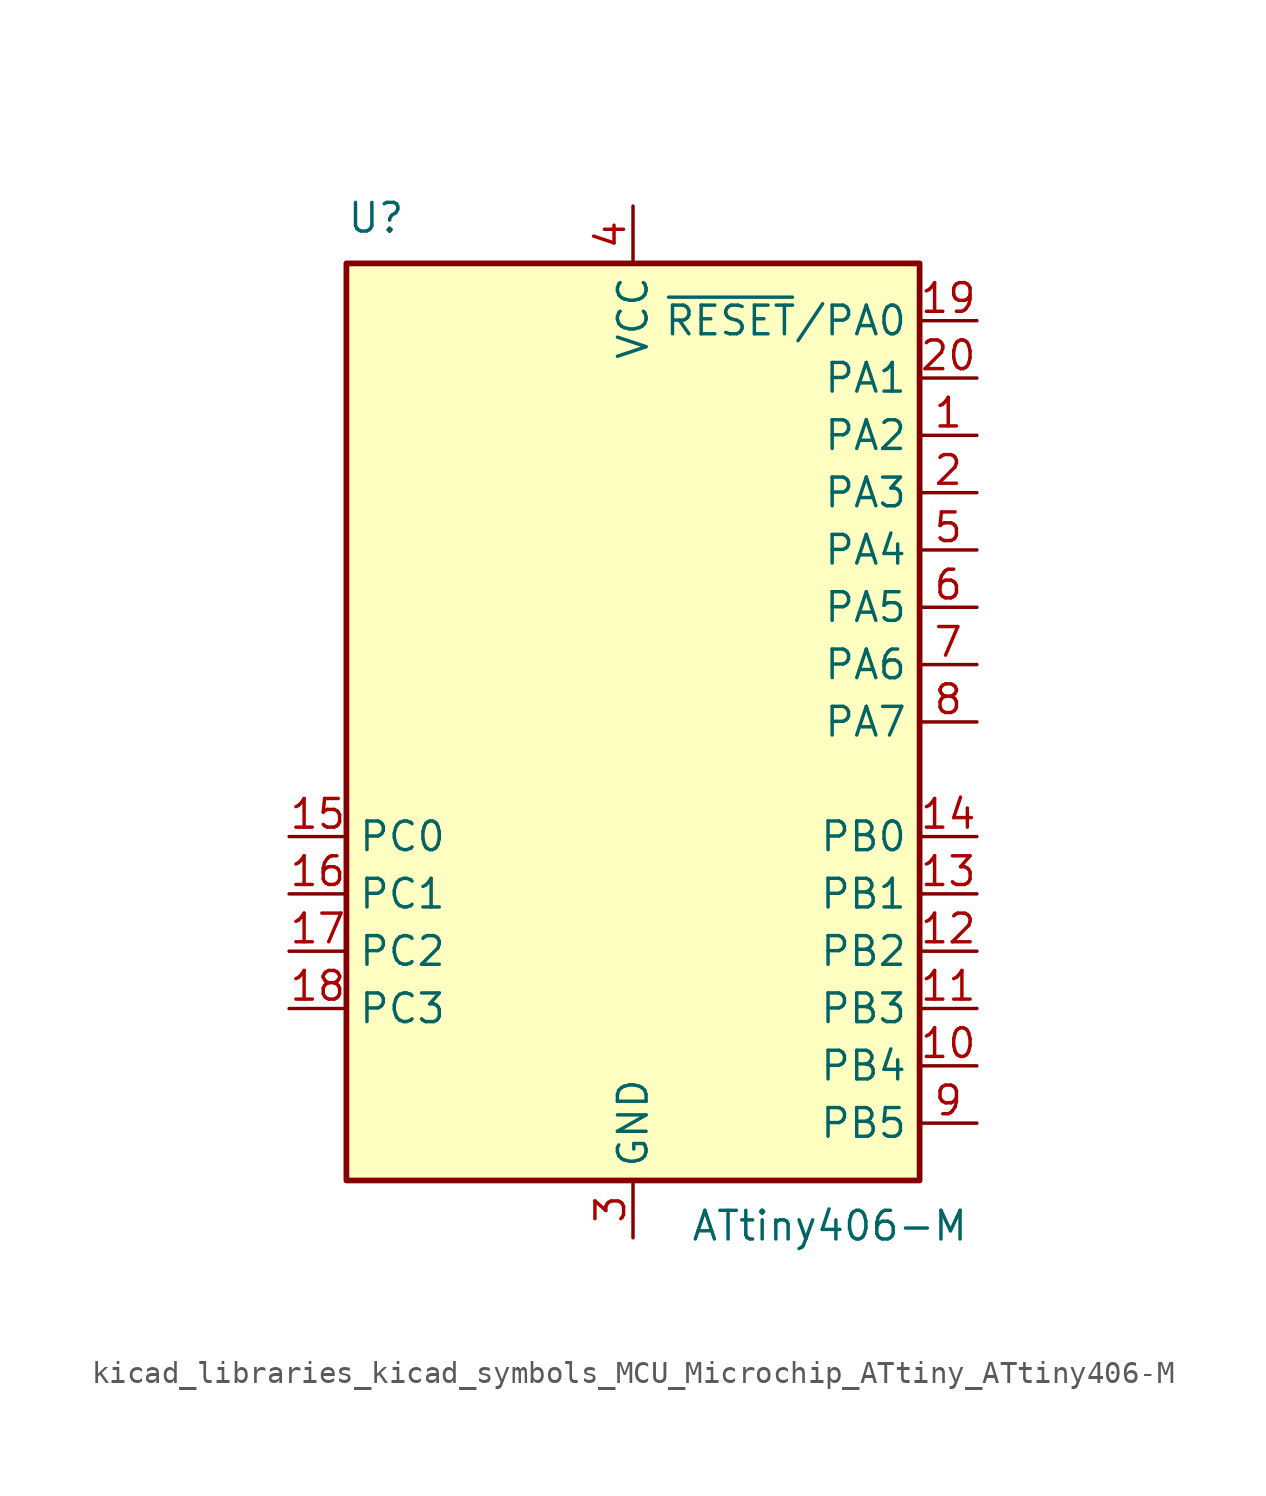
<source format=kicad_sym>
(kicad_symbol_lib
  (version 20220914)
  (generator kicad_symbol_editor)
  (symbol "kicad_libraries_kicad_symbols_MCU_Microchip_ATtiny_ATtiny406-M"
    (property "Reference" "U"
      (at -12.7 21.59 0)
      (effects (font (size 1.27 1.27)) (justify left bottom)))
    (property "Value" "ATtiny406-M"
      (at 2.54 -21.59 0)
      (effects (font (size 1.27 1.27)) (justify left top)))
    (symbol "kicad_libraries_kicad_symbols_MCU_Microchip_ATtiny_ATtiny406-M_0_1"
      (rectangle (start -12.7 -20.32) (end 12.7 20.32) (stroke (width 0.254) (type default)) (fill (type background))))
    (symbol "kicad_libraries_kicad_symbols_MCU_Microchip_ATtiny_ATtiny406-M_1_1"
      (pin bidirectional line (at 15.24 12.7 180) (length 2.54) (name "PA2" (effects (font (size 1.27 1.27)))) (number "1" (effects (font (size 1.27 1.27)))))
      (pin bidirectional line (at 15.24 -15.24 180) (length 2.54) (name "PB4" (effects (font (size 1.27 1.27)))) (number "10" (effects (font (size 1.27 1.27)))))
      (pin bidirectional line (at 15.24 -12.7 180) (length 2.54) (name "PB3" (effects (font (size 1.27 1.27)))) (number "11" (effects (font (size 1.27 1.27)))))
      (pin bidirectional line (at 15.24 -10.16 180) (length 2.54) (name "PB2" (effects (font (size 1.27 1.27)))) (number "12" (effects (font (size 1.27 1.27)))))
      (pin bidirectional line (at 15.24 -7.62 180) (length 2.54) (name "PB1" (effects (font (size 1.27 1.27)))) (number "13" (effects (font (size 1.27 1.27)))))
      (pin bidirectional line (at 15.24 -5.08 180) (length 2.54) (name "PB0" (effects (font (size 1.27 1.27)))) (number "14" (effects (font (size 1.27 1.27)))))
      (pin bidirectional line (at -15.24 -5.08 0) (length 2.54) (name "PC0" (effects (font (size 1.27 1.27)))) (number "15" (effects (font (size 1.27 1.27)))))
      (pin bidirectional line (at -15.24 -7.62 0) (length 2.54) (name "PC1" (effects (font (size 1.27 1.27)))) (number "16" (effects (font (size 1.27 1.27)))))
      (pin bidirectional line (at -15.24 -10.16 0) (length 2.54) (name "PC2" (effects (font (size 1.27 1.27)))) (number "17" (effects (font (size 1.27 1.27)))))
      (pin bidirectional line (at -15.24 -12.7 0) (length 2.54) (name "PC3" (effects (font (size 1.27 1.27)))) (number "18" (effects (font (size 1.27 1.27)))))
      (pin bidirectional line (at 15.24 17.78 180) (length 2.54) (name "~{RESET}/PA0" (effects (font (size 1.27 1.27)))) (number "19" (effects (font (size 1.27 1.27)))))
      (pin bidirectional line (at 15.24 10.16 180) (length 2.54) (name "PA3" (effects (font (size 1.27 1.27)))) (number "2" (effects (font (size 1.27 1.27)))))
      (pin bidirectional line (at 15.24 15.24 180) (length 2.54) (name "PA1" (effects (font (size 1.27 1.27)))) (number "20" (effects (font (size 1.27 1.27)))))
      (pin passive line (at 0 -22.86 90) (length 2.54) hide (name "GND" (effects (font (size 1.27 1.27)))) (number "21" (effects (font (size 1.27 1.27)))))
      (pin power_in line (at 0 -22.86 90) (length 2.54) (name "GND" (effects (font (size 1.27 1.27)))) (number "3" (effects (font (size 1.27 1.27)))))
      (pin power_in line (at 0 22.86 270) (length 2.54) (name "VCC" (effects (font (size 1.27 1.27)))) (number "4" (effects (font (size 1.27 1.27)))))
      (pin bidirectional line (at 15.24 7.62 180) (length 2.54) (name "PA4" (effects (font (size 1.27 1.27)))) (number "5" (effects (font (size 1.27 1.27)))))
      (pin bidirectional line (at 15.24 5.08 180) (length 2.54) (name "PA5" (effects (font (size 1.27 1.27)))) (number "6" (effects (font (size 1.27 1.27)))))
      (pin bidirectional line (at 15.24 2.54 180) (length 2.54) (name "PA6" (effects (font (size 1.27 1.27)))) (number "7" (effects (font (size 1.27 1.27)))))
      (pin bidirectional line (at 15.24 0 180) (length 2.54) (name "PA7" (effects (font (size 1.27 1.27)))) (number "8" (effects (font (size 1.27 1.27)))))
      (pin bidirectional line (at 15.24 -17.78 180) (length 2.54) (name "PB5" (effects (font (size 1.27 1.27)))) (number "9" (effects (font (size 1.27 1.27))))))))
</source>
